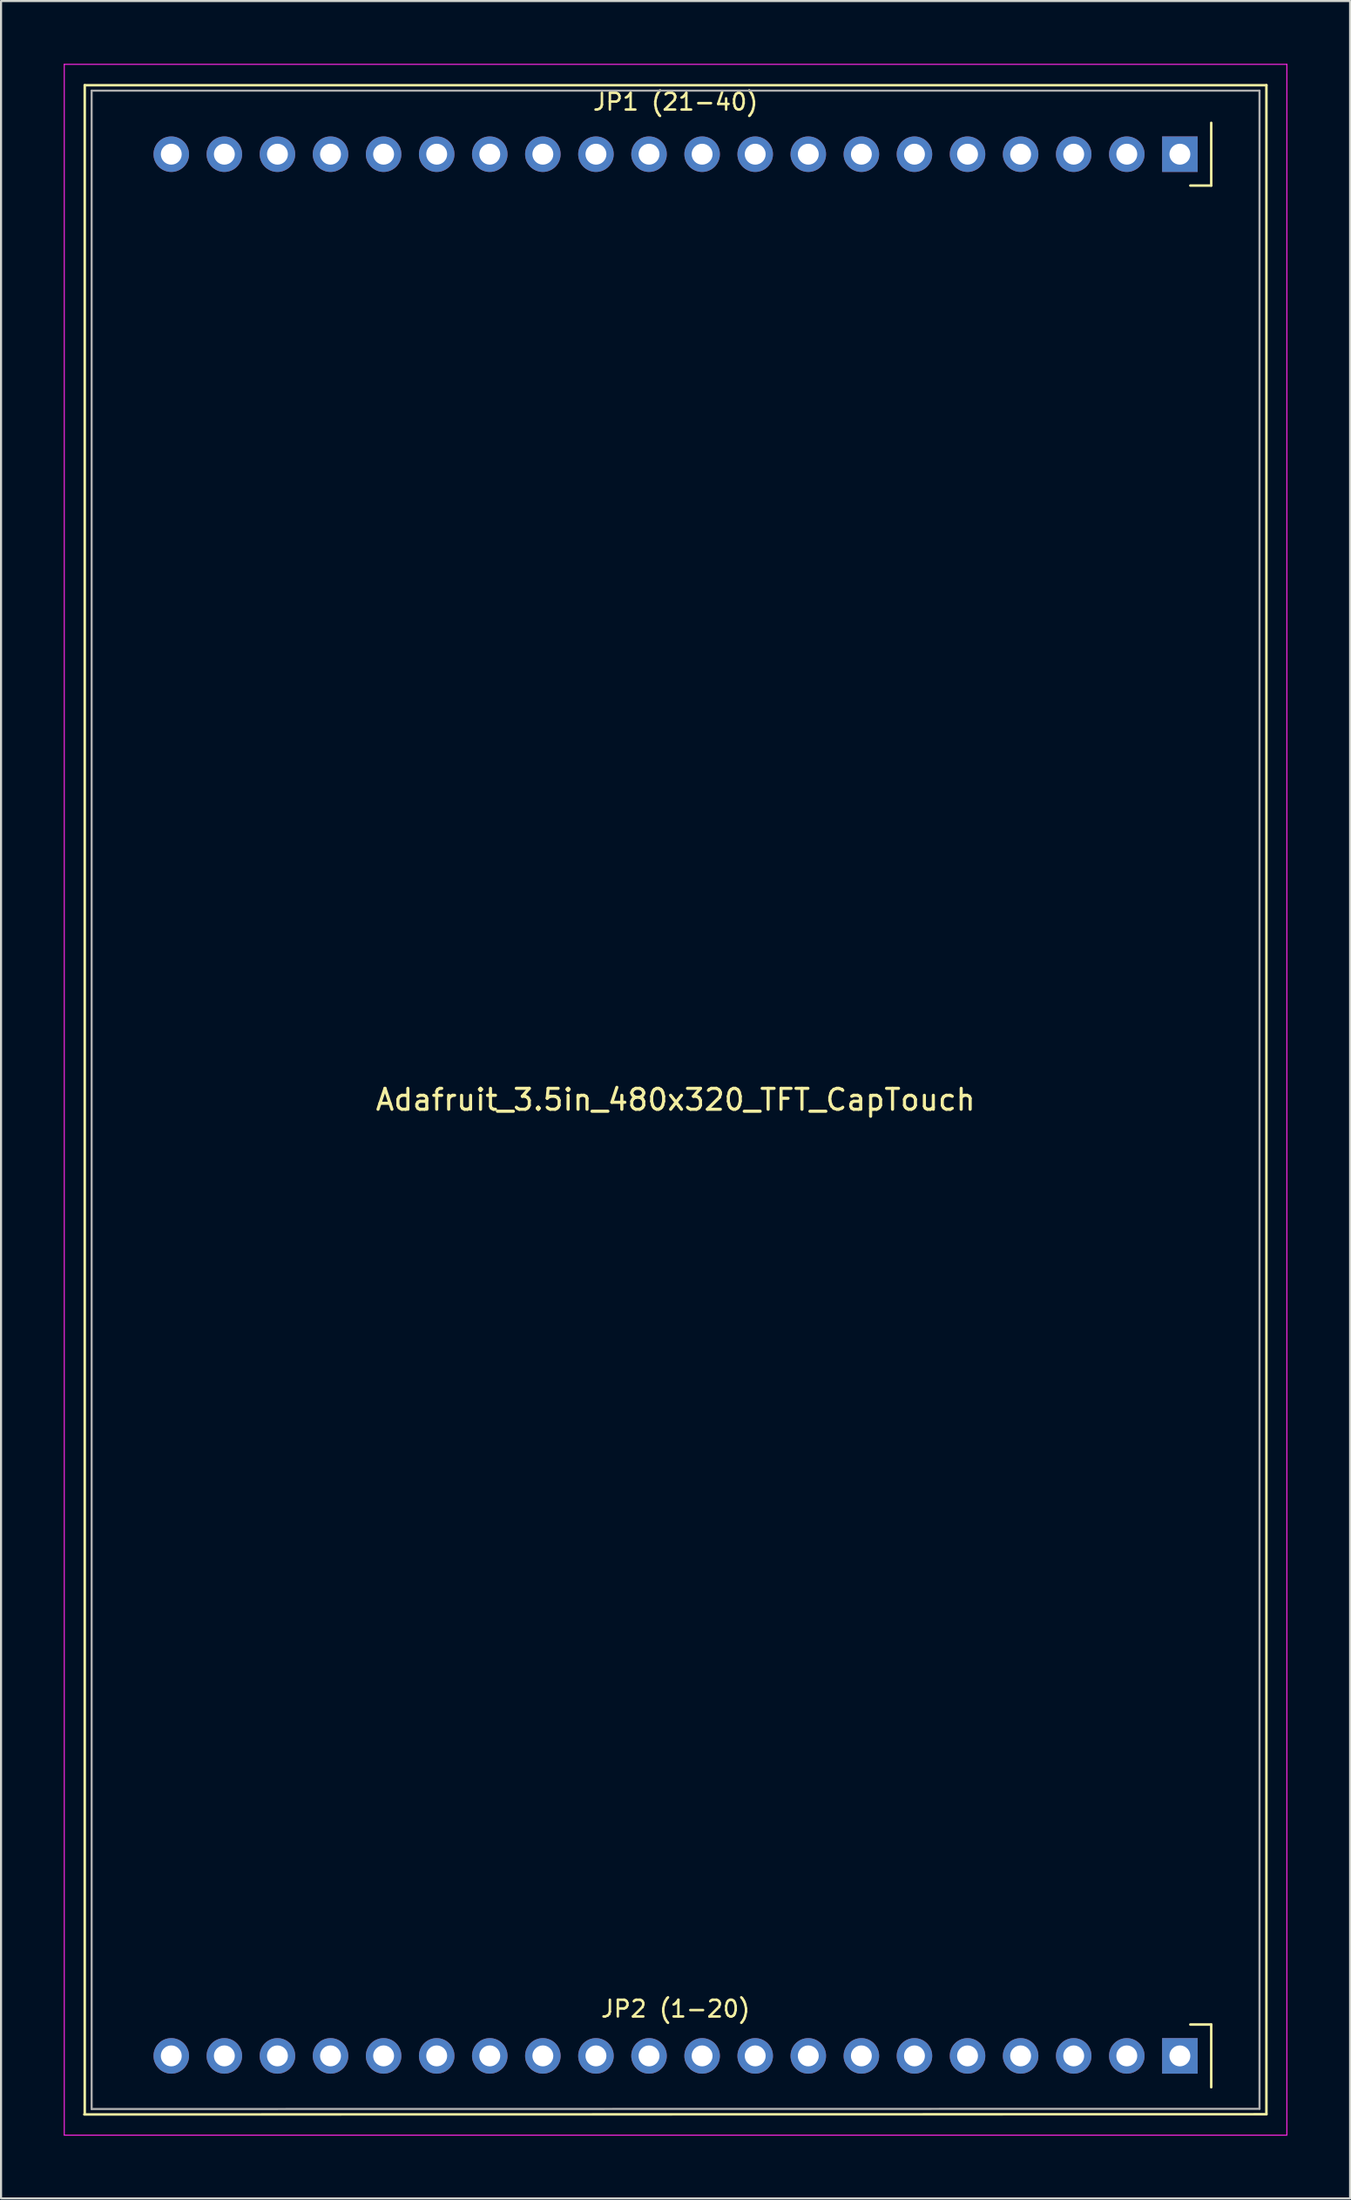
<source format=kicad_pcb>
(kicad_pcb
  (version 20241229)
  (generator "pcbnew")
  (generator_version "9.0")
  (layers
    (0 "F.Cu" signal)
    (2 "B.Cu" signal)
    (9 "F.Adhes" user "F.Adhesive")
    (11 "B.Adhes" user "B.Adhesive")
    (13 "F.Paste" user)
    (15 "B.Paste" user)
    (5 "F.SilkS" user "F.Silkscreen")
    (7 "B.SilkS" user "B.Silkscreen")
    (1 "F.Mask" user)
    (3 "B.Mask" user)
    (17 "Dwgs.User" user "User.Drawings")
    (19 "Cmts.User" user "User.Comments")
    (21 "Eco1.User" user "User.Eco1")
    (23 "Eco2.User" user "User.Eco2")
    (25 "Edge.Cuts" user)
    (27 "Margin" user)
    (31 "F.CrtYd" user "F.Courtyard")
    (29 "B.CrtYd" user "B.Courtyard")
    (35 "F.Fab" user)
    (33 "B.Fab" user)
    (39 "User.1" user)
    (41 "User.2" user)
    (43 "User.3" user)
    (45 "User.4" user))
  (footprint "Adafruit_3.5in_480x320_TFT_CapTouch"
    (layer "F.Cu")
    (at 29.275 49.535)
    (property "Reference" "Adafruit_3.5in_480x320_TFT_CapTouch" (at 0 0 0) (layer "F.SilkS") (effects (font (size 1 1) (thickness 0.15))))
    (attr through_hole)
    (fp_line (start -28.27 -48.51) (end 28.27 -48.51) (stroke (width 0.12) (type solid)) (layer "F.SilkS"))
    (fp_line (start -28.27 48.51) (end -28.27 -48.51) (stroke (width 0.12) (type solid)) (layer "F.SilkS"))
    (fp_line (start 25.63 -46.712) (end 25.63 -43.712) (stroke (width 0.12) (type solid)) (layer "F.SilkS"))
    (fp_line (start 25.63 -43.712) (end 24.63 -43.712) (stroke (width 0.12) (type solid)) (layer "F.SilkS"))
    (fp_line (start 25.63 44.22) (end 24.63 44.22) (stroke (width 0.12) (type solid)) (layer "F.SilkS"))
    (fp_line (start 25.63 44.22) (end 25.63 47.22) (stroke (width 0.12) (type solid)) (layer "F.SilkS"))
    (fp_line (start 28.27 -48.51) (end 28.27 48.51) (stroke (width 0.12) (type solid)) (layer "F.SilkS"))
    (fp_line (start 28.27 48.51) (end -28.29 48.52) (stroke (width 0.12) (type solid)) (layer "F.SilkS"))
    (fp_line (start -29.25 -49.51) (end 29.25 -49.51) (stroke (width 0.05) (type solid)) (layer "F.CrtYd"))
    (fp_line (start -29.25 49.51) (end -29.25 -49.51) (stroke (width 0.05) (type solid)) (layer "F.CrtYd"))
    (fp_line (start 29.25 -49.51) (end 29.25 49.51) (stroke (width 0.05) (type solid)) (layer "F.CrtYd"))
    (fp_line (start 29.25 49.51) (end -29.25 49.51) (stroke (width 0.05) (type solid)) (layer "F.CrtYd"))
    (fp_line (start -27.94 -48.25) (end -27.94 48.26) (stroke (width 0.1) (type solid)) (layer "F.Fab"))
    (fp_line (start -27.94 48.26) (end 27.94 48.25) (stroke (width 0.1) (type solid)) (layer "F.Fab"))
    (fp_line (start 27.94 -48.25) (end -27.94 -48.25) (stroke (width 0.1) (type solid)) (layer "F.Fab"))
    (fp_line (start 27.94 48.25) (end 27.94 -48.25) (stroke (width 0.1) (type solid)) (layer "F.Fab"))
    (fp_text user "JP1 (21-40)" (at 0 -47.712 0) (layer "F.SilkS") (effects (font (size 0.8 0.8) (thickness 0.12))))
    (fp_text user "JP2 (1-20)" (at 0 43.47 0) (layer "F.SilkS") (effects (font (size 0.8 0.8) (thickness 0.12))))
    (pad "1" thru_hole rect (at 24.13 45.72) (size 1.7 1.7) (drill 1) (layers "*.Cu" "*.Mask"))
    (pad "2" thru_hole circle (at 21.59 45.72) (size 1.7 1.7) (drill 1) (layers "*.Cu" "*.Mask"))
    (pad "3" thru_hole circle (at 19.05 45.72) (size 1.7 1.7) (drill 1) (layers "*.Cu" "*.Mask"))
    (pad "4" thru_hole circle (at 16.51 45.72) (size 1.7 1.7) (drill 1) (layers "*.Cu" "*.Mask"))
    (pad "5" thru_hole circle (at 13.97 45.72) (size 1.7 1.7) (drill 1) (layers "*.Cu" "*.Mask"))
    (pad "6" thru_hole circle (at 11.43 45.72) (size 1.7 1.7) (drill 1) (layers "*.Cu" "*.Mask"))
    (pad "7" thru_hole circle (at 8.89 45.72) (size 1.7 1.7) (drill 1) (layers "*.Cu" "*.Mask"))
    (pad "8" thru_hole circle (at 6.35 45.72) (size 1.7 1.7) (drill 1) (layers "*.Cu" "*.Mask"))
    (pad "9" thru_hole circle (at 3.81 45.72) (size 1.7 1.7) (drill 1) (layers "*.Cu" "*.Mask"))
    (pad "10" thru_hole circle (at 1.27 45.72) (size 1.7 1.7) (drill 1) (layers "*.Cu" "*.Mask"))
    (pad "11" thru_hole circle (at -1.27 45.72) (size 1.7 1.7) (drill 1) (layers "*.Cu" "*.Mask"))
    (pad "12" thru_hole circle (at -3.81 45.72) (size 1.7 1.7) (drill 1) (layers "*.Cu" "*.Mask"))
    (pad "13" thru_hole circle (at -6.35 45.72) (size 1.7 1.7) (drill 1) (layers "*.Cu" "*.Mask"))
    (pad "14" thru_hole circle (at -8.89 45.72) (size 1.7 1.7) (drill 1) (layers "*.Cu" "*.Mask"))
    (pad "15" thru_hole circle (at -11.43 45.72) (size 1.7 1.7) (drill 1) (layers "*.Cu" "*.Mask"))
    (pad "16" thru_hole circle (at -13.97 45.72) (size 1.7 1.7) (drill 1) (layers "*.Cu" "*.Mask"))
    (pad "17" thru_hole circle (at -16.51 45.72) (size 1.7 1.7) (drill 1) (layers "*.Cu" "*.Mask"))
    (pad "18" thru_hole circle (at -19.05 45.72) (size 1.7 1.7) (drill 1) (layers "*.Cu" "*.Mask"))
    (pad "19" thru_hole circle (at -21.59 45.72) (size 1.7 1.7) (drill 1) (layers "*.Cu" "*.Mask"))
    (pad "20" thru_hole circle (at -24.13 45.72) (size 1.7 1.7) (drill 1) (layers "*.Cu" "*.Mask"))
    (pad "21" thru_hole rect (at 24.13 -45.212) (size 1.7 1.7) (drill 1) (layers "*.Cu" "*.Mask"))
    (pad "22" thru_hole circle (at 21.59 -45.212) (size 1.7 1.7) (drill 1) (layers "*.Cu" "*.Mask"))
    (pad "23" thru_hole circle (at 19.05 -45.212) (size 1.7 1.7) (drill 1) (layers "*.Cu" "*.Mask"))
    (pad "24" thru_hole circle (at 16.51 -45.212) (size 1.7 1.7) (drill 1) (layers "*.Cu" "*.Mask"))
    (pad "25" thru_hole circle (at 13.97 -45.212) (size 1.7 1.7) (drill 1) (layers "*.Cu" "*.Mask"))
    (pad "26" thru_hole circle (at 11.43 -45.212) (size 1.7 1.7) (drill 1) (layers "*.Cu" "*.Mask"))
    (pad "27" thru_hole circle (at 8.89 -45.212) (size 1.7 1.7) (drill 1) (layers "*.Cu" "*.Mask"))
    (pad "28" thru_hole circle (at 6.35 -45.212) (size 1.7 1.7) (drill 1) (layers "*.Cu" "*.Mask"))
    (pad "29" thru_hole circle (at 3.81 -45.212) (size 1.7 1.7) (drill 1) (layers "*.Cu" "*.Mask"))
    (pad "30" thru_hole circle (at 1.27 -45.212) (size 1.7 1.7) (drill 1) (layers "*.Cu" "*.Mask"))
    (pad "31" thru_hole circle (at -1.27 -45.212) (size 1.7 1.7) (drill 1) (layers "*.Cu" "*.Mask"))
    (pad "32" thru_hole circle (at -3.81 -45.212) (size 1.7 1.7) (drill 1) (layers "*.Cu" "*.Mask"))
    (pad "33" thru_hole circle (at -6.35 -45.212) (size 1.7 1.7) (drill 1) (layers "*.Cu" "*.Mask"))
    (pad "34" thru_hole circle (at -8.89 -45.212) (size 1.7 1.7) (drill 1) (layers "*.Cu" "*.Mask"))
    (pad "35" thru_hole circle (at -11.43 -45.212) (size 1.7 1.7) (drill 1) (layers "*.Cu" "*.Mask"))
    (pad "36" thru_hole circle (at -13.97 -45.212) (size 1.7 1.7) (drill 1) (layers "*.Cu" "*.Mask"))
    (pad "37" thru_hole circle (at -16.51 -45.212) (size 1.7 1.7) (drill 1) (layers "*.Cu" "*.Mask"))
    (pad "38" thru_hole circle (at -19.05 -45.212) (size 1.7 1.7) (drill 1) (layers "*.Cu" "*.Mask"))
    (pad "39" thru_hole circle (at -21.59 -45.212) (size 1.7 1.7) (drill 1) (layers "*.Cu" "*.Mask"))
    (pad "40" thru_hole circle (at -24.13 -45.212) (size 1.7 1.7) (drill 1) (layers "*.Cu" "*.Mask")))
  (gr_rect
    (start -3 -3)
    (end 61.55 102.07)
    (stroke (width 0.1) (type default))
    (fill no)
    (layer "Edge.Cuts")))
</source>
